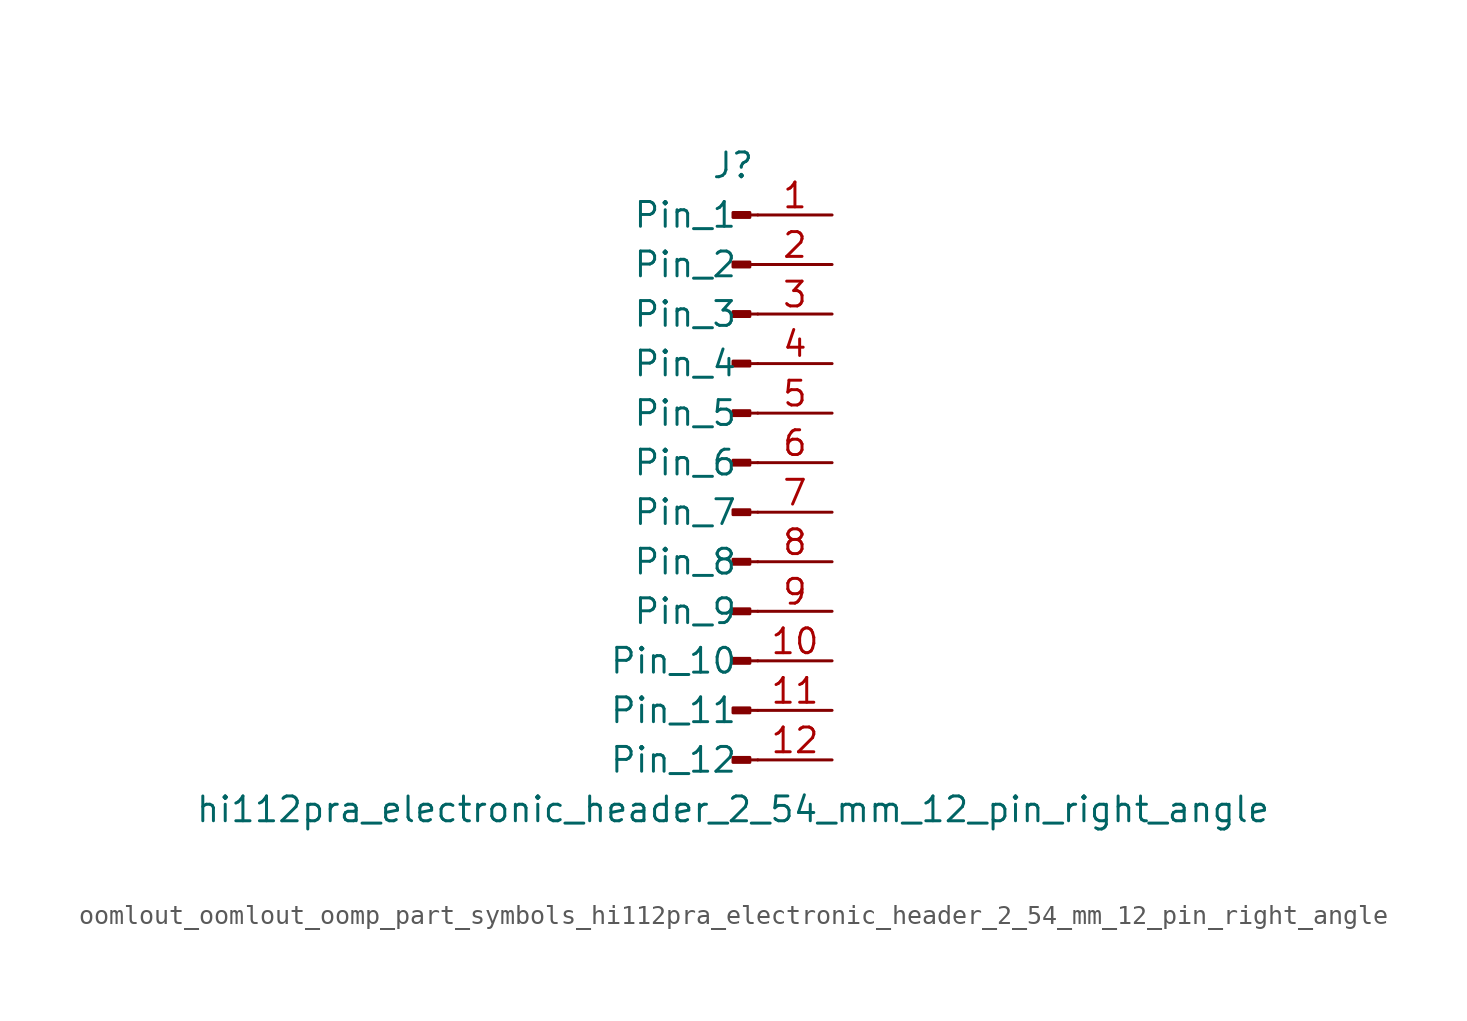
<source format=kicad_sym>
(kicad_symbol_lib
  (version 20220914)
  (generator kicad_symbol_editor)
  (symbol "oomlout_oomlout_oomp_part_symbols_hi112pra_electronic_header_2_54_mm_12_pin_right_angle"
    (pin_names
      (offset 1.016))
    (property "Reference" "J"
      (at 0 15.24 0)
      (effects (font (size 1.27 1.27))))
    (property "Value" "hi112pra_electronic_header_2_54_mm_12_pin_right_angle"
      (at 0 -17.78 0)
      (effects (font (size 1.27 1.27))))
    (property "ki_locked" ""
      (at 0 0 0)
      (effects (font (size 1.27 1.27))))
    (symbol "oomlout_oomlout_oomp_part_symbols_hi112pra_electronic_header_2_54_mm_12_pin_right_angle_1_1"
      (polyline (pts (xy 1.27 -15.24) (xy 0.864 -15.24)) (stroke (width 0.152) (type default)) (fill (type none)))
      (polyline (pts (xy 1.27 -12.7) (xy 0.864 -12.7)) (stroke (width 0.152) (type default)) (fill (type none)))
      (polyline (pts (xy 1.27 -10.16) (xy 0.864 -10.16)) (stroke (width 0.152) (type default)) (fill (type none)))
      (polyline (pts (xy 1.27 -7.62) (xy 0.864 -7.62)) (stroke (width 0.152) (type default)) (fill (type none)))
      (polyline (pts (xy 1.27 -5.08) (xy 0.864 -5.08)) (stroke (width 0.152) (type default)) (fill (type none)))
      (polyline (pts (xy 1.27 -2.54) (xy 0.864 -2.54)) (stroke (width 0.152) (type default)) (fill (type none)))
      (polyline (pts (xy 1.27 0) (xy 0.864 0)) (stroke (width 0.152) (type default)) (fill (type none)))
      (polyline (pts (xy 1.27 2.54) (xy 0.864 2.54)) (stroke (width 0.152) (type default)) (fill (type none)))
      (polyline (pts (xy 1.27 5.08) (xy 0.864 5.08)) (stroke (width 0.152) (type default)) (fill (type none)))
      (polyline (pts (xy 1.27 7.62) (xy 0.864 7.62)) (stroke (width 0.152) (type default)) (fill (type none)))
      (polyline (pts (xy 1.27 10.16) (xy 0.864 10.16)) (stroke (width 0.152) (type default)) (fill (type none)))
      (polyline (pts (xy 1.27 12.7) (xy 0.864 12.7)) (stroke (width 0.152) (type default)) (fill (type none)))
      (rectangle (start 0.864 -15.113) (end 0 -15.367) (stroke (width 0.152) (type default)) (fill (type outline)))
      (rectangle (start 0.864 -12.573) (end 0 -12.827) (stroke (width 0.152) (type default)) (fill (type outline)))
      (rectangle (start 0.864 -10.033) (end 0 -10.287) (stroke (width 0.152) (type default)) (fill (type outline)))
      (rectangle (start 0.864 -7.493) (end 0 -7.747) (stroke (width 0.152) (type default)) (fill (type outline)))
      (rectangle (start 0.864 -4.953) (end 0 -5.207) (stroke (width 0.152) (type default)) (fill (type outline)))
      (rectangle (start 0.864 -2.413) (end 0 -2.667) (stroke (width 0.152) (type default)) (fill (type outline)))
      (rectangle (start 0.864 0.127) (end 0 -0.127) (stroke (width 0.152) (type default)) (fill (type outline)))
      (rectangle (start 0.864 2.667) (end 0 2.413) (stroke (width 0.152) (type default)) (fill (type outline)))
      (rectangle (start 0.864 5.207) (end 0 4.953) (stroke (width 0.152) (type default)) (fill (type outline)))
      (rectangle (start 0.864 7.747) (end 0 7.493) (stroke (width 0.152) (type default)) (fill (type outline)))
      (rectangle (start 0.864 10.287) (end 0 10.033) (stroke (width 0.152) (type default)) (fill (type outline)))
      (rectangle (start 0.864 12.827) (end 0 12.573) (stroke (width 0.152) (type default)) (fill (type outline)))
      (pin passive line (at 5.08 12.7 180) (length 3.81) (name "Pin_1" (effects (font (size 1.27 1.27)))) (number "1" (effects (font (size 1.27 1.27)))))
      (pin passive line (at 5.08 -10.16 180) (length 3.81) (name "Pin_10" (effects (font (size 1.27 1.27)))) (number "10" (effects (font (size 1.27 1.27)))))
      (pin passive line (at 5.08 -12.7 180) (length 3.81) (name "Pin_11" (effects (font (size 1.27 1.27)))) (number "11" (effects (font (size 1.27 1.27)))))
      (pin passive line (at 5.08 -15.24 180) (length 3.81) (name "Pin_12" (effects (font (size 1.27 1.27)))) (number "12" (effects (font (size 1.27 1.27)))))
      (pin passive line (at 5.08 10.16 180) (length 3.81) (name "Pin_2" (effects (font (size 1.27 1.27)))) (number "2" (effects (font (size 1.27 1.27)))))
      (pin passive line (at 5.08 7.62 180) (length 3.81) (name "Pin_3" (effects (font (size 1.27 1.27)))) (number "3" (effects (font (size 1.27 1.27)))))
      (pin passive line (at 5.08 5.08 180) (length 3.81) (name "Pin_4" (effects (font (size 1.27 1.27)))) (number "4" (effects (font (size 1.27 1.27)))))
      (pin passive line (at 5.08 2.54 180) (length 3.81) (name "Pin_5" (effects (font (size 1.27 1.27)))) (number "5" (effects (font (size 1.27 1.27)))))
      (pin passive line (at 5.08 0 180) (length 3.81) (name "Pin_6" (effects (font (size 1.27 1.27)))) (number "6" (effects (font (size 1.27 1.27)))))
      (pin passive line (at 5.08 -2.54 180) (length 3.81) (name "Pin_7" (effects (font (size 1.27 1.27)))) (number "7" (effects (font (size 1.27 1.27)))))
      (pin passive line (at 5.08 -5.08 180) (length 3.81) (name "Pin_8" (effects (font (size 1.27 1.27)))) (number "8" (effects (font (size 1.27 1.27)))))
      (pin passive line (at 5.08 -7.62 180) (length 3.81) (name "Pin_9" (effects (font (size 1.27 1.27)))) (number "9" (effects (font (size 1.27 1.27))))))))
</source>
